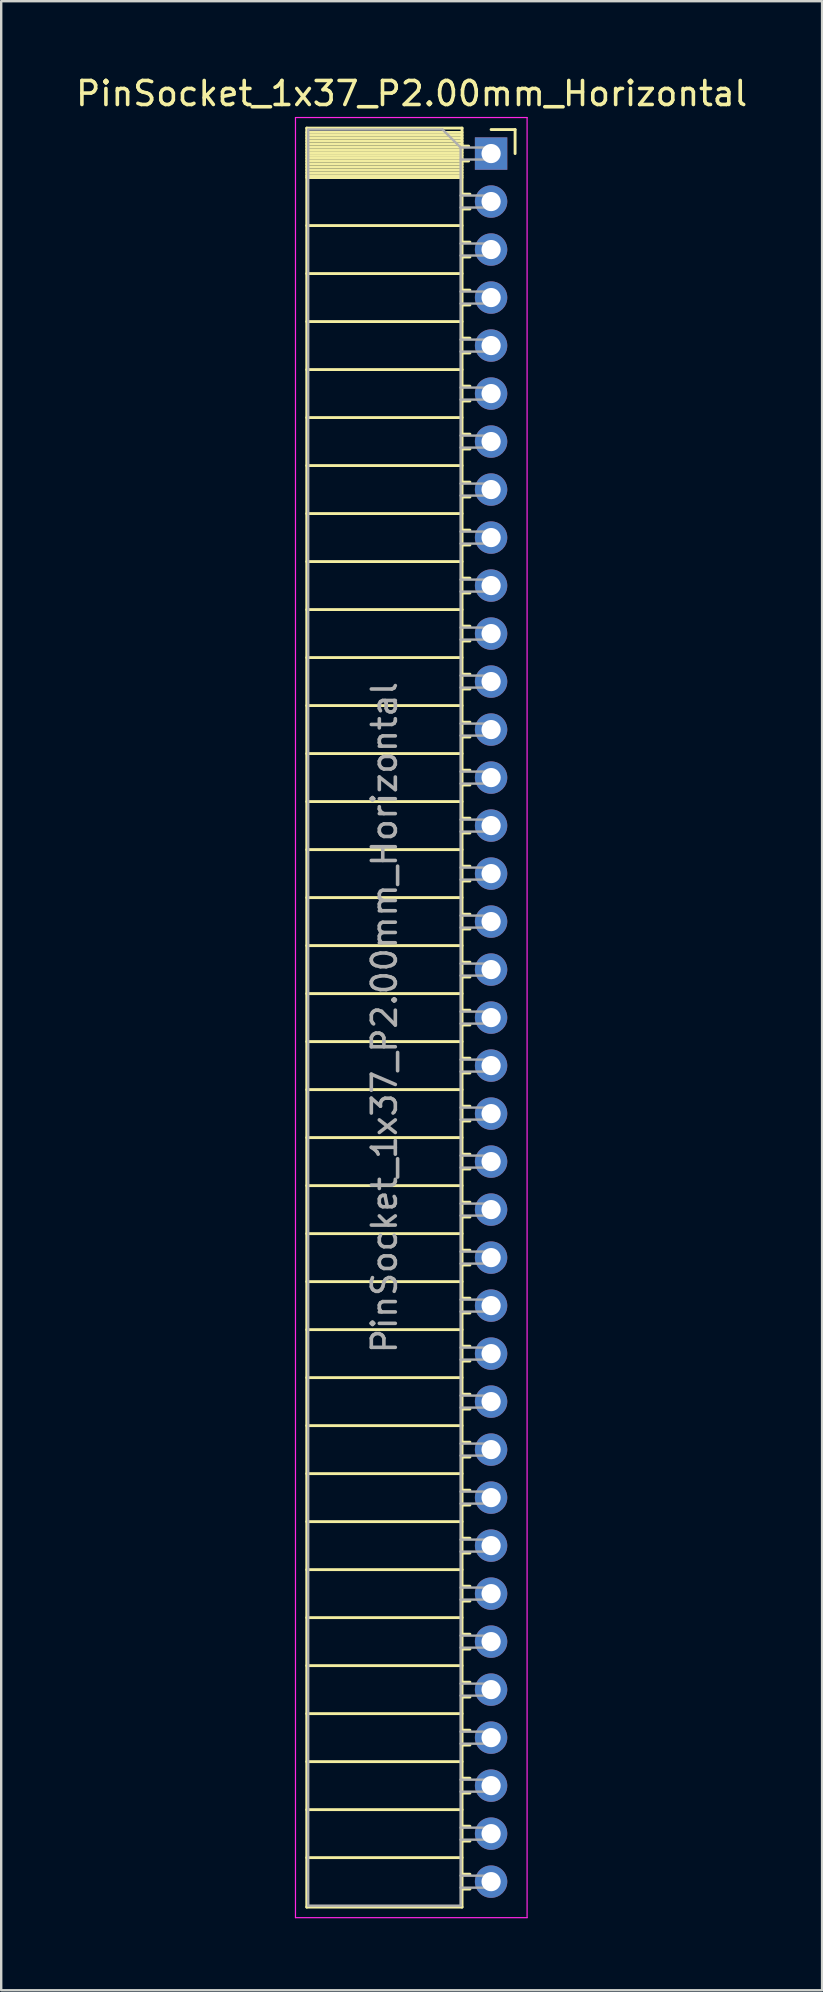
<source format=kicad_pcb>
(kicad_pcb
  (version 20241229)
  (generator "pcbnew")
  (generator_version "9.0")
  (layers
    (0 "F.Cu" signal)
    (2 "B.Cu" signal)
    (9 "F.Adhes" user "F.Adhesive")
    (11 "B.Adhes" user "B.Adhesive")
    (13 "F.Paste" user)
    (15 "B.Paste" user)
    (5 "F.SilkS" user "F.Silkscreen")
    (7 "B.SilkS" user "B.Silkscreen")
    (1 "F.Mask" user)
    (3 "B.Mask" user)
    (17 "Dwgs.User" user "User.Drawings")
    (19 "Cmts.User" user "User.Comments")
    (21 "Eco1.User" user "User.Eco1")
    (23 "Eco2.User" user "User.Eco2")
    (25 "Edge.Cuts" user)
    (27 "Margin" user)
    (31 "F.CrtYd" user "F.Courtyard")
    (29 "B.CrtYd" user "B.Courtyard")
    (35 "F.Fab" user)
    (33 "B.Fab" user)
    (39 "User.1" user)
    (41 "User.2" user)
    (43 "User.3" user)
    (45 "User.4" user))
  (footprint "PinSocket_1x37_P2.00mm_Horizontal"
    (layer "F.Cu")
    (at 17.411 3.348)
    (property "Reference" "PinSocket_1x37_P2.00mm_Horizontal" (at -3.31 -2.5 0) (layer "F.SilkS") (effects (font (size 1 1) (thickness 0.15))))
    (attr through_hole)
    (fp_line (start -7.68 -1.06) (end -7.68 73.06) (stroke (width 0.12) (type solid)) (layer "F.SilkS"))
    (fp_line (start -7.68 -1.06) (end -1.21 -1.06) (stroke (width 0.12) (type solid)) (layer "F.SilkS"))
    (fp_line (start -7.68 -0.88) (end -1.21 -0.88) (stroke (width 0.12) (type solid)) (layer "F.SilkS"))
    (fp_line (start -7.68 -0.76) (end -1.21 -0.76) (stroke (width 0.12) (type solid)) (layer "F.SilkS"))
    (fp_line (start -7.68 -0.64) (end -1.21 -0.64) (stroke (width 0.12) (type solid)) (layer "F.SilkS"))
    (fp_line (start -7.68 -0.52) (end -1.21 -0.52) (stroke (width 0.12) (type solid)) (layer "F.SilkS"))
    (fp_line (start -7.68 -0.4) (end -1.21 -0.4) (stroke (width 0.12) (type solid)) (layer "F.SilkS"))
    (fp_line (start -7.68 -0.28) (end -1.21 -0.28) (stroke (width 0.12) (type solid)) (layer "F.SilkS"))
    (fp_line (start -7.68 -0.16) (end -1.21 -0.16) (stroke (width 0.12) (type solid)) (layer "F.SilkS"))
    (fp_line (start -7.68 -0.04) (end -1.21 -0.04) (stroke (width 0.12) (type solid)) (layer "F.SilkS"))
    (fp_line (start -7.68 0.08) (end -1.21 0.08) (stroke (width 0.12) (type solid)) (layer "F.SilkS"))
    (fp_line (start -7.68 0.2) (end -1.21 0.2) (stroke (width 0.12) (type solid)) (layer "F.SilkS"))
    (fp_line (start -7.68 0.32) (end -1.21 0.32) (stroke (width 0.12) (type solid)) (layer "F.SilkS"))
    (fp_line (start -7.68 0.44) (end -1.21 0.44) (stroke (width 0.12) (type solid)) (layer "F.SilkS"))
    (fp_line (start -7.68 0.56) (end -1.21 0.56) (stroke (width 0.12) (type solid)) (layer "F.SilkS"))
    (fp_line (start -7.68 0.68) (end -1.21 0.68) (stroke (width 0.12) (type solid)) (layer "F.SilkS"))
    (fp_line (start -7.68 0.8) (end -1.21 0.8) (stroke (width 0.12) (type solid)) (layer "F.SilkS"))
    (fp_line (start -7.68 0.92) (end -1.21 0.92) (stroke (width 0.12) (type solid)) (layer "F.SilkS"))
    (fp_line (start -7.68 1) (end -1.21 1) (stroke (width 0.12) (type solid)) (layer "F.SilkS"))
    (fp_line (start -7.68 3) (end -1.21 3) (stroke (width 0.12) (type solid)) (layer "F.SilkS"))
    (fp_line (start -7.68 5) (end -1.21 5) (stroke (width 0.12) (type solid)) (layer "F.SilkS"))
    (fp_line (start -7.68 7) (end -1.21 7) (stroke (width 0.12) (type solid)) (layer "F.SilkS"))
    (fp_line (start -7.68 9) (end -1.21 9) (stroke (width 0.12) (type solid)) (layer "F.SilkS"))
    (fp_line (start -7.68 11) (end -1.21 11) (stroke (width 0.12) (type solid)) (layer "F.SilkS"))
    (fp_line (start -7.68 13) (end -1.21 13) (stroke (width 0.12) (type solid)) (layer "F.SilkS"))
    (fp_line (start -7.68 15) (end -1.21 15) (stroke (width 0.12) (type solid)) (layer "F.SilkS"))
    (fp_line (start -7.68 17) (end -1.21 17) (stroke (width 0.12) (type solid)) (layer "F.SilkS"))
    (fp_line (start -7.68 19) (end -1.21 19) (stroke (width 0.12) (type solid)) (layer "F.SilkS"))
    (fp_line (start -7.68 21) (end -1.21 21) (stroke (width 0.12) (type solid)) (layer "F.SilkS"))
    (fp_line (start -7.68 23) (end -1.21 23) (stroke (width 0.12) (type solid)) (layer "F.SilkS"))
    (fp_line (start -7.68 25) (end -1.21 25) (stroke (width 0.12) (type solid)) (layer "F.SilkS"))
    (fp_line (start -7.68 27) (end -1.21 27) (stroke (width 0.12) (type solid)) (layer "F.SilkS"))
    (fp_line (start -7.68 29) (end -1.21 29) (stroke (width 0.12) (type solid)) (layer "F.SilkS"))
    (fp_line (start -7.68 31) (end -1.21 31) (stroke (width 0.12) (type solid)) (layer "F.SilkS"))
    (fp_line (start -7.68 33) (end -1.21 33) (stroke (width 0.12) (type solid)) (layer "F.SilkS"))
    (fp_line (start -7.68 35) (end -1.21 35) (stroke (width 0.12) (type solid)) (layer "F.SilkS"))
    (fp_line (start -7.68 37) (end -1.21 37) (stroke (width 0.12) (type solid)) (layer "F.SilkS"))
    (fp_line (start -7.68 39) (end -1.21 39) (stroke (width 0.12) (type solid)) (layer "F.SilkS"))
    (fp_line (start -7.68 41) (end -1.21 41) (stroke (width 0.12) (type solid)) (layer "F.SilkS"))
    (fp_line (start -7.68 43) (end -1.21 43) (stroke (width 0.12) (type solid)) (layer "F.SilkS"))
    (fp_line (start -7.68 45) (end -1.21 45) (stroke (width 0.12) (type solid)) (layer "F.SilkS"))
    (fp_line (start -7.68 47) (end -1.21 47) (stroke (width 0.12) (type solid)) (layer "F.SilkS"))
    (fp_line (start -7.68 49) (end -1.21 49) (stroke (width 0.12) (type solid)) (layer "F.SilkS"))
    (fp_line (start -7.68 51) (end -1.21 51) (stroke (width 0.12) (type solid)) (layer "F.SilkS"))
    (fp_line (start -7.68 53) (end -1.21 53) (stroke (width 0.12) (type solid)) (layer "F.SilkS"))
    (fp_line (start -7.68 55) (end -1.21 55) (stroke (width 0.12) (type solid)) (layer "F.SilkS"))
    (fp_line (start -7.68 57) (end -1.21 57) (stroke (width 0.12) (type solid)) (layer "F.SilkS"))
    (fp_line (start -7.68 59) (end -1.21 59) (stroke (width 0.12) (type solid)) (layer "F.SilkS"))
    (fp_line (start -7.68 61) (end -1.21 61) (stroke (width 0.12) (type solid)) (layer "F.SilkS"))
    (fp_line (start -7.68 63) (end -1.21 63) (stroke (width 0.12) (type solid)) (layer "F.SilkS"))
    (fp_line (start -7.68 65) (end -1.21 65) (stroke (width 0.12) (type solid)) (layer "F.SilkS"))
    (fp_line (start -7.68 67) (end -1.21 67) (stroke (width 0.12) (type solid)) (layer "F.SilkS"))
    (fp_line (start -7.68 69) (end -1.21 69) (stroke (width 0.12) (type solid)) (layer "F.SilkS"))
    (fp_line (start -7.68 71) (end -1.21 71) (stroke (width 0.12) (type solid)) (layer "F.SilkS"))
    (fp_line (start -7.68 73.06) (end -1.21 73.06) (stroke (width 0.12) (type solid)) (layer "F.SilkS"))
    (fp_line (start -1.21 -1.06) (end -1.21 73.06) (stroke (width 0.12) (type solid)) (layer "F.SilkS"))
    (fp_line (start -1.21 -0.31) (end -0.935 -0.31) (stroke (width 0.12) (type solid)) (layer "F.SilkS"))
    (fp_line (start -1.21 0.31) (end -0.935 0.31) (stroke (width 0.12) (type solid)) (layer "F.SilkS"))
    (fp_line (start -1.21 1.69) (end -0.882 1.69) (stroke (width 0.12) (type solid)) (layer "F.SilkS"))
    (fp_line (start -1.21 2.31) (end -0.882 2.31) (stroke (width 0.12) (type solid)) (layer "F.SilkS"))
    (fp_line (start -1.21 3.69) (end -0.882 3.69) (stroke (width 0.12) (type solid)) (layer "F.SilkS"))
    (fp_line (start -1.21 4.31) (end -0.882 4.31) (stroke (width 0.12) (type solid)) (layer "F.SilkS"))
    (fp_line (start -1.21 5.69) (end -0.882 5.69) (stroke (width 0.12) (type solid)) (layer "F.SilkS"))
    (fp_line (start -1.21 6.31) (end -0.882 6.31) (stroke (width 0.12) (type solid)) (layer "F.SilkS"))
    (fp_line (start -1.21 7.69) (end -0.882 7.69) (stroke (width 0.12) (type solid)) (layer "F.SilkS"))
    (fp_line (start -1.21 8.31) (end -0.882 8.31) (stroke (width 0.12) (type solid)) (layer "F.SilkS"))
    (fp_line (start -1.21 9.69) (end -0.882 9.69) (stroke (width 0.12) (type solid)) (layer "F.SilkS"))
    (fp_line (start -1.21 10.31) (end -0.882 10.31) (stroke (width 0.12) (type solid)) (layer "F.SilkS"))
    (fp_line (start -1.21 11.69) (end -0.882 11.69) (stroke (width 0.12) (type solid)) (layer "F.SilkS"))
    (fp_line (start -1.21 12.31) (end -0.882 12.31) (stroke (width 0.12) (type solid)) (layer "F.SilkS"))
    (fp_line (start -1.21 13.69) (end -0.882 13.69) (stroke (width 0.12) (type solid)) (layer "F.SilkS"))
    (fp_line (start -1.21 14.31) (end -0.882 14.31) (stroke (width 0.12) (type solid)) (layer "F.SilkS"))
    (fp_line (start -1.21 15.69) (end -0.882 15.69) (stroke (width 0.12) (type solid)) (layer "F.SilkS"))
    (fp_line (start -1.21 16.31) (end -0.882 16.31) (stroke (width 0.12) (type solid)) (layer "F.SilkS"))
    (fp_line (start -1.21 17.69) (end -0.882 17.69) (stroke (width 0.12) (type solid)) (layer "F.SilkS"))
    (fp_line (start -1.21 18.31) (end -0.882 18.31) (stroke (width 0.12) (type solid)) (layer "F.SilkS"))
    (fp_line (start -1.21 19.69) (end -0.882 19.69) (stroke (width 0.12) (type solid)) (layer "F.SilkS"))
    (fp_line (start -1.21 20.31) (end -0.882 20.31) (stroke (width 0.12) (type solid)) (layer "F.SilkS"))
    (fp_line (start -1.21 21.69) (end -0.882 21.69) (stroke (width 0.12) (type solid)) (layer "F.SilkS"))
    (fp_line (start -1.21 22.31) (end -0.882 22.31) (stroke (width 0.12) (type solid)) (layer "F.SilkS"))
    (fp_line (start -1.21 23.69) (end -0.882 23.69) (stroke (width 0.12) (type solid)) (layer "F.SilkS"))
    (fp_line (start -1.21 24.31) (end -0.882 24.31) (stroke (width 0.12) (type solid)) (layer "F.SilkS"))
    (fp_line (start -1.21 25.69) (end -0.882 25.69) (stroke (width 0.12) (type solid)) (layer "F.SilkS"))
    (fp_line (start -1.21 26.31) (end -0.882 26.31) (stroke (width 0.12) (type solid)) (layer "F.SilkS"))
    (fp_line (start -1.21 27.69) (end -0.882 27.69) (stroke (width 0.12) (type solid)) (layer "F.SilkS"))
    (fp_line (start -1.21 28.31) (end -0.882 28.31) (stroke (width 0.12) (type solid)) (layer "F.SilkS"))
    (fp_line (start -1.21 29.69) (end -0.882 29.69) (stroke (width 0.12) (type solid)) (layer "F.SilkS"))
    (fp_line (start -1.21 30.31) (end -0.882 30.31) (stroke (width 0.12) (type solid)) (layer "F.SilkS"))
    (fp_line (start -1.21 31.69) (end -0.882 31.69) (stroke (width 0.12) (type solid)) (layer "F.SilkS"))
    (fp_line (start -1.21 32.31) (end -0.882 32.31) (stroke (width 0.12) (type solid)) (layer "F.SilkS"))
    (fp_line (start -1.21 33.69) (end -0.882 33.69) (stroke (width 0.12) (type solid)) (layer "F.SilkS"))
    (fp_line (start -1.21 34.31) (end -0.882 34.31) (stroke (width 0.12) (type solid)) (layer "F.SilkS"))
    (fp_line (start -1.21 35.69) (end -0.882 35.69) (stroke (width 0.12) (type solid)) (layer "F.SilkS"))
    (fp_line (start -1.21 36.31) (end -0.882 36.31) (stroke (width 0.12) (type solid)) (layer "F.SilkS"))
    (fp_line (start -1.21 37.69) (end -0.882 37.69) (stroke (width 0.12) (type solid)) (layer "F.SilkS"))
    (fp_line (start -1.21 38.31) (end -0.882 38.31) (stroke (width 0.12) (type solid)) (layer "F.SilkS"))
    (fp_line (start -1.21 39.69) (end -0.882 39.69) (stroke (width 0.12) (type solid)) (layer "F.SilkS"))
    (fp_line (start -1.21 40.31) (end -0.882 40.31) (stroke (width 0.12) (type solid)) (layer "F.SilkS"))
    (fp_line (start -1.21 41.69) (end -0.882 41.69) (stroke (width 0.12) (type solid)) (layer "F.SilkS"))
    (fp_line (start -1.21 42.31) (end -0.882 42.31) (stroke (width 0.12) (type solid)) (layer "F.SilkS"))
    (fp_line (start -1.21 43.69) (end -0.882 43.69) (stroke (width 0.12) (type solid)) (layer "F.SilkS"))
    (fp_line (start -1.21 44.31) (end -0.882 44.31) (stroke (width 0.12) (type solid)) (layer "F.SilkS"))
    (fp_line (start -1.21 45.69) (end -0.882 45.69) (stroke (width 0.12) (type solid)) (layer "F.SilkS"))
    (fp_line (start -1.21 46.31) (end -0.882 46.31) (stroke (width 0.12) (type solid)) (layer "F.SilkS"))
    (fp_line (start -1.21 47.69) (end -0.882 47.69) (stroke (width 0.12) (type solid)) (layer "F.SilkS"))
    (fp_line (start -1.21 48.31) (end -0.882 48.31) (stroke (width 0.12) (type solid)) (layer "F.SilkS"))
    (fp_line (start -1.21 49.69) (end -0.882 49.69) (stroke (width 0.12) (type solid)) (layer "F.SilkS"))
    (fp_line (start -1.21 50.31) (end -0.882 50.31) (stroke (width 0.12) (type solid)) (layer "F.SilkS"))
    (fp_line (start -1.21 51.69) (end -0.882 51.69) (stroke (width 0.12) (type solid)) (layer "F.SilkS"))
    (fp_line (start -1.21 52.31) (end -0.882 52.31) (stroke (width 0.12) (type solid)) (layer "F.SilkS"))
    (fp_line (start -1.21 53.69) (end -0.882 53.69) (stroke (width 0.12) (type solid)) (layer "F.SilkS"))
    (fp_line (start -1.21 54.31) (end -0.882 54.31) (stroke (width 0.12) (type solid)) (layer "F.SilkS"))
    (fp_line (start -1.21 55.69) (end -0.882 55.69) (stroke (width 0.12) (type solid)) (layer "F.SilkS"))
    (fp_line (start -1.21 56.31) (end -0.882 56.31) (stroke (width 0.12) (type solid)) (layer "F.SilkS"))
    (fp_line (start -1.21 57.69) (end -0.882 57.69) (stroke (width 0.12) (type solid)) (layer "F.SilkS"))
    (fp_line (start -1.21 58.31) (end -0.882 58.31) (stroke (width 0.12) (type solid)) (layer "F.SilkS"))
    (fp_line (start -1.21 59.69) (end -0.882 59.69) (stroke (width 0.12) (type solid)) (layer "F.SilkS"))
    (fp_line (start -1.21 60.31) (end -0.882 60.31) (stroke (width 0.12) (type solid)) (layer "F.SilkS"))
    (fp_line (start -1.21 61.69) (end -0.882 61.69) (stroke (width 0.12) (type solid)) (layer "F.SilkS"))
    (fp_line (start -1.21 62.31) (end -0.882 62.31) (stroke (width 0.12) (type solid)) (layer "F.SilkS"))
    (fp_line (start -1.21 63.69) (end -0.882 63.69) (stroke (width 0.12) (type solid)) (layer "F.SilkS"))
    (fp_line (start -1.21 64.31) (end -0.882 64.31) (stroke (width 0.12) (type solid)) (layer "F.SilkS"))
    (fp_line (start -1.21 65.69) (end -0.882 65.69) (stroke (width 0.12) (type solid)) (layer "F.SilkS"))
    (fp_line (start -1.21 66.31) (end -0.882 66.31) (stroke (width 0.12) (type solid)) (layer "F.SilkS"))
    (fp_line (start -1.21 67.69) (end -0.882 67.69) (stroke (width 0.12) (type solid)) (layer "F.SilkS"))
    (fp_line (start -1.21 68.31) (end -0.882 68.31) (stroke (width 0.12) (type solid)) (layer "F.SilkS"))
    (fp_line (start -1.21 69.69) (end -0.882 69.69) (stroke (width 0.12) (type solid)) (layer "F.SilkS"))
    (fp_line (start -1.21 70.31) (end -0.882 70.31) (stroke (width 0.12) (type solid)) (layer "F.SilkS"))
    (fp_line (start -1.21 71.69) (end -0.882 71.69) (stroke (width 0.12) (type solid)) (layer "F.SilkS"))
    (fp_line (start -1.21 72.31) (end -0.882 72.31) (stroke (width 0.12) (type solid)) (layer "F.SilkS"))
    (fp_line (start 0 -1) (end 1 -1) (stroke (width 0.12) (type solid)) (layer "F.SilkS"))
    (fp_line (start 1 -1) (end 1 0) (stroke (width 0.12) (type solid)) (layer "F.SilkS"))
    (fp_line (start -8.15 -1.5) (end -8.15 73.5) (stroke (width 0.05) (type solid)) (layer "F.CrtYd"))
    (fp_line (start -8.15 73.5) (end 1.5 73.5) (stroke (width 0.05) (type solid)) (layer "F.CrtYd"))
    (fp_line (start 1.5 -1.5) (end -8.15 -1.5) (stroke (width 0.05) (type solid)) (layer "F.CrtYd"))
    (fp_line (start 1.5 73.5) (end 1.5 -1.5) (stroke (width 0.05) (type solid)) (layer "F.CrtYd"))
    (fp_line (start -7.62 -1) (end -2.02 -1) (stroke (width 0.1) (type solid)) (layer "F.Fab"))
    (fp_line (start -7.62 73) (end -7.62 -1) (stroke (width 0.1) (type solid)) (layer "F.Fab"))
    (fp_line (start -2.02 -1) (end -1.27 -0.25) (stroke (width 0.1) (type solid)) (layer "F.Fab"))
    (fp_line (start -1.27 -0.25) (end -1.27 73) (stroke (width 0.1) (type solid)) (layer "F.Fab"))
    (fp_line (start -1.27 0.25) (end 0 0.25) (stroke (width 0.1) (type solid)) (layer "F.Fab"))
    (fp_line (start -1.27 2.25) (end 0 2.25) (stroke (width 0.1) (type solid)) (layer "F.Fab"))
    (fp_line (start -1.27 4.25) (end 0 4.25) (stroke (width 0.1) (type solid)) (layer "F.Fab"))
    (fp_line (start -1.27 6.25) (end 0 6.25) (stroke (width 0.1) (type solid)) (layer "F.Fab"))
    (fp_line (start -1.27 8.25) (end 0 8.25) (stroke (width 0.1) (type solid)) (layer "F.Fab"))
    (fp_line (start -1.27 10.25) (end 0 10.25) (stroke (width 0.1) (type solid)) (layer "F.Fab"))
    (fp_line (start -1.27 12.25) (end 0 12.25) (stroke (width 0.1) (type solid)) (layer "F.Fab"))
    (fp_line (start -1.27 14.25) (end 0 14.25) (stroke (width 0.1) (type solid)) (layer "F.Fab"))
    (fp_line (start -1.27 16.25) (end 0 16.25) (stroke (width 0.1) (type solid)) (layer "F.Fab"))
    (fp_line (start -1.27 18.25) (end 0 18.25) (stroke (width 0.1) (type solid)) (layer "F.Fab"))
    (fp_line (start -1.27 20.25) (end 0 20.25) (stroke (width 0.1) (type solid)) (layer "F.Fab"))
    (fp_line (start -1.27 22.25) (end 0 22.25) (stroke (width 0.1) (type solid)) (layer "F.Fab"))
    (fp_line (start -1.27 24.25) (end 0 24.25) (stroke (width 0.1) (type solid)) (layer "F.Fab"))
    (fp_line (start -1.27 26.25) (end 0 26.25) (stroke (width 0.1) (type solid)) (layer "F.Fab"))
    (fp_line (start -1.27 28.25) (end 0 28.25) (stroke (width 0.1) (type solid)) (layer "F.Fab"))
    (fp_line (start -1.27 30.25) (end 0 30.25) (stroke (width 0.1) (type solid)) (layer "F.Fab"))
    (fp_line (start -1.27 32.25) (end 0 32.25) (stroke (width 0.1) (type solid)) (layer "F.Fab"))
    (fp_line (start -1.27 34.25) (end 0 34.25) (stroke (width 0.1) (type solid)) (layer "F.Fab"))
    (fp_line (start -1.27 36.25) (end 0 36.25) (stroke (width 0.1) (type solid)) (layer "F.Fab"))
    (fp_line (start -1.27 38.25) (end 0 38.25) (stroke (width 0.1) (type solid)) (layer "F.Fab"))
    (fp_line (start -1.27 40.25) (end 0 40.25) (stroke (width 0.1) (type solid)) (layer "F.Fab"))
    (fp_line (start -1.27 42.25) (end 0 42.25) (stroke (width 0.1) (type solid)) (layer "F.Fab"))
    (fp_line (start -1.27 44.25) (end 0 44.25) (stroke (width 0.1) (type solid)) (layer "F.Fab"))
    (fp_line (start -1.27 46.25) (end 0 46.25) (stroke (width 0.1) (type solid)) (layer "F.Fab"))
    (fp_line (start -1.27 48.25) (end 0 48.25) (stroke (width 0.1) (type solid)) (layer "F.Fab"))
    (fp_line (start -1.27 50.25) (end 0 50.25) (stroke (width 0.1) (type solid)) (layer "F.Fab"))
    (fp_line (start -1.27 52.25) (end 0 52.25) (stroke (width 0.1) (type solid)) (layer "F.Fab"))
    (fp_line (start -1.27 54.25) (end 0 54.25) (stroke (width 0.1) (type solid)) (layer "F.Fab"))
    (fp_line (start -1.27 56.25) (end 0 56.25) (stroke (width 0.1) (type solid)) (layer "F.Fab"))
    (fp_line (start -1.27 58.25) (end 0 58.25) (stroke (width 0.1) (type solid)) (layer "F.Fab"))
    (fp_line (start -1.27 60.25) (end 0 60.25) (stroke (width 0.1) (type solid)) (layer "F.Fab"))
    (fp_line (start -1.27 62.25) (end 0 62.25) (stroke (width 0.1) (type solid)) (layer "F.Fab"))
    (fp_line (start -1.27 64.25) (end 0 64.25) (stroke (width 0.1) (type solid)) (layer "F.Fab"))
    (fp_line (start -1.27 66.25) (end 0 66.25) (stroke (width 0.1) (type solid)) (layer "F.Fab"))
    (fp_line (start -1.27 68.25) (end 0 68.25) (stroke (width 0.1) (type solid)) (layer "F.Fab"))
    (fp_line (start -1.27 70.25) (end 0 70.25) (stroke (width 0.1) (type solid)) (layer "F.Fab"))
    (fp_line (start -1.27 72.25) (end 0 72.25) (stroke (width 0.1) (type solid)) (layer "F.Fab"))
    (fp_line (start -1.27 73) (end -7.62 73) (stroke (width 0.1) (type solid)) (layer "F.Fab"))
    (fp_line (start 0 -0.25) (end -1.27 -0.25) (stroke (width 0.1) (type solid)) (layer "F.Fab"))
    (fp_line (start 0 0.25) (end 0 -0.25) (stroke (width 0.1) (type solid)) (layer "F.Fab"))
    (fp_line (start 0 1.75) (end -1.27 1.75) (stroke (width 0.1) (type solid)) (layer "F.Fab"))
    (fp_line (start 0 2.25) (end 0 1.75) (stroke (width 0.1) (type solid)) (layer "F.Fab"))
    (fp_line (start 0 3.75) (end -1.27 3.75) (stroke (width 0.1) (type solid)) (layer "F.Fab"))
    (fp_line (start 0 4.25) (end 0 3.75) (stroke (width 0.1) (type solid)) (layer "F.Fab"))
    (fp_line (start 0 5.75) (end -1.27 5.75) (stroke (width 0.1) (type solid)) (layer "F.Fab"))
    (fp_line (start 0 6.25) (end 0 5.75) (stroke (width 0.1) (type solid)) (layer "F.Fab"))
    (fp_line (start 0 7.75) (end -1.27 7.75) (stroke (width 0.1) (type solid)) (layer "F.Fab"))
    (fp_line (start 0 8.25) (end 0 7.75) (stroke (width 0.1) (type solid)) (layer "F.Fab"))
    (fp_line (start 0 9.75) (end -1.27 9.75) (stroke (width 0.1) (type solid)) (layer "F.Fab"))
    (fp_line (start 0 10.25) (end 0 9.75) (stroke (width 0.1) (type solid)) (layer "F.Fab"))
    (fp_line (start 0 11.75) (end -1.27 11.75) (stroke (width 0.1) (type solid)) (layer "F.Fab"))
    (fp_line (start 0 12.25) (end 0 11.75) (stroke (width 0.1) (type solid)) (layer "F.Fab"))
    (fp_line (start 0 13.75) (end -1.27 13.75) (stroke (width 0.1) (type solid)) (layer "F.Fab"))
    (fp_line (start 0 14.25) (end 0 13.75) (stroke (width 0.1) (type solid)) (layer "F.Fab"))
    (fp_line (start 0 15.75) (end -1.27 15.75) (stroke (width 0.1) (type solid)) (layer "F.Fab"))
    (fp_line (start 0 16.25) (end 0 15.75) (stroke (width 0.1) (type solid)) (layer "F.Fab"))
    (fp_line (start 0 17.75) (end -1.27 17.75) (stroke (width 0.1) (type solid)) (layer "F.Fab"))
    (fp_line (start 0 18.25) (end 0 17.75) (stroke (width 0.1) (type solid)) (layer "F.Fab"))
    (fp_line (start 0 19.75) (end -1.27 19.75) (stroke (width 0.1) (type solid)) (layer "F.Fab"))
    (fp_line (start 0 20.25) (end 0 19.75) (stroke (width 0.1) (type solid)) (layer "F.Fab"))
    (fp_line (start 0 21.75) (end -1.27 21.75) (stroke (width 0.1) (type solid)) (layer "F.Fab"))
    (fp_line (start 0 22.25) (end 0 21.75) (stroke (width 0.1) (type solid)) (layer "F.Fab"))
    (fp_line (start 0 23.75) (end -1.27 23.75) (stroke (width 0.1) (type solid)) (layer "F.Fab"))
    (fp_line (start 0 24.25) (end 0 23.75) (stroke (width 0.1) (type solid)) (layer "F.Fab"))
    (fp_line (start 0 25.75) (end -1.27 25.75) (stroke (width 0.1) (type solid)) (layer "F.Fab"))
    (fp_line (start 0 26.25) (end 0 25.75) (stroke (width 0.1) (type solid)) (layer "F.Fab"))
    (fp_line (start 0 27.75) (end -1.27 27.75) (stroke (width 0.1) (type solid)) (layer "F.Fab"))
    (fp_line (start 0 28.25) (end 0 27.75) (stroke (width 0.1) (type solid)) (layer "F.Fab"))
    (fp_line (start 0 29.75) (end -1.27 29.75) (stroke (width 0.1) (type solid)) (layer "F.Fab"))
    (fp_line (start 0 30.25) (end 0 29.75) (stroke (width 0.1) (type solid)) (layer "F.Fab"))
    (fp_line (start 0 31.75) (end -1.27 31.75) (stroke (width 0.1) (type solid)) (layer "F.Fab"))
    (fp_line (start 0 32.25) (end 0 31.75) (stroke (width 0.1) (type solid)) (layer "F.Fab"))
    (fp_line (start 0 33.75) (end -1.27 33.75) (stroke (width 0.1) (type solid)) (layer "F.Fab"))
    (fp_line (start 0 34.25) (end 0 33.75) (stroke (width 0.1) (type solid)) (layer "F.Fab"))
    (fp_line (start 0 35.75) (end -1.27 35.75) (stroke (width 0.1) (type solid)) (layer "F.Fab"))
    (fp_line (start 0 36.25) (end 0 35.75) (stroke (width 0.1) (type solid)) (layer "F.Fab"))
    (fp_line (start 0 37.75) (end -1.27 37.75) (stroke (width 0.1) (type solid)) (layer "F.Fab"))
    (fp_line (start 0 38.25) (end 0 37.75) (stroke (width 0.1) (type solid)) (layer "F.Fab"))
    (fp_line (start 0 39.75) (end -1.27 39.75) (stroke (width 0.1) (type solid)) (layer "F.Fab"))
    (fp_line (start 0 40.25) (end 0 39.75) (stroke (width 0.1) (type solid)) (layer "F.Fab"))
    (fp_line (start 0 41.75) (end -1.27 41.75) (stroke (width 0.1) (type solid)) (layer "F.Fab"))
    (fp_line (start 0 42.25) (end 0 41.75) (stroke (width 0.1) (type solid)) (layer "F.Fab"))
    (fp_line (start 0 43.75) (end -1.27 43.75) (stroke (width 0.1) (type solid)) (layer "F.Fab"))
    (fp_line (start 0 44.25) (end 0 43.75) (stroke (width 0.1) (type solid)) (layer "F.Fab"))
    (fp_line (start 0 45.75) (end -1.27 45.75) (stroke (width 0.1) (type solid)) (layer "F.Fab"))
    (fp_line (start 0 46.25) (end 0 45.75) (stroke (width 0.1) (type solid)) (layer "F.Fab"))
    (fp_line (start 0 47.75) (end -1.27 47.75) (stroke (width 0.1) (type solid)) (layer "F.Fab"))
    (fp_line (start 0 48.25) (end 0 47.75) (stroke (width 0.1) (type solid)) (layer "F.Fab"))
    (fp_line (start 0 49.75) (end -1.27 49.75) (stroke (width 0.1) (type solid)) (layer "F.Fab"))
    (fp_line (start 0 50.25) (end 0 49.75) (stroke (width 0.1) (type solid)) (layer "F.Fab"))
    (fp_line (start 0 51.75) (end -1.27 51.75) (stroke (width 0.1) (type solid)) (layer "F.Fab"))
    (fp_line (start 0 52.25) (end 0 51.75) (stroke (width 0.1) (type solid)) (layer "F.Fab"))
    (fp_line (start 0 53.75) (end -1.27 53.75) (stroke (width 0.1) (type solid)) (layer "F.Fab"))
    (fp_line (start 0 54.25) (end 0 53.75) (stroke (width 0.1) (type solid)) (layer "F.Fab"))
    (fp_line (start 0 55.75) (end -1.27 55.75) (stroke (width 0.1) (type solid)) (layer "F.Fab"))
    (fp_line (start 0 56.25) (end 0 55.75) (stroke (width 0.1) (type solid)) (layer "F.Fab"))
    (fp_line (start 0 57.75) (end -1.27 57.75) (stroke (width 0.1) (type solid)) (layer "F.Fab"))
    (fp_line (start 0 58.25) (end 0 57.75) (stroke (width 0.1) (type solid)) (layer "F.Fab"))
    (fp_line (start 0 59.75) (end -1.27 59.75) (stroke (width 0.1) (type solid)) (layer "F.Fab"))
    (fp_line (start 0 60.25) (end 0 59.75) (stroke (width 0.1) (type solid)) (layer "F.Fab"))
    (fp_line (start 0 61.75) (end -1.27 61.75) (stroke (width 0.1) (type solid)) (layer "F.Fab"))
    (fp_line (start 0 62.25) (end 0 61.75) (stroke (width 0.1) (type solid)) (layer "F.Fab"))
    (fp_line (start 0 63.75) (end -1.27 63.75) (stroke (width 0.1) (type solid)) (layer "F.Fab"))
    (fp_line (start 0 64.25) (end 0 63.75) (stroke (width 0.1) (type solid)) (layer "F.Fab"))
    (fp_line (start 0 65.75) (end -1.27 65.75) (stroke (width 0.1) (type solid)) (layer "F.Fab"))
    (fp_line (start 0 66.25) (end 0 65.75) (stroke (width 0.1) (type solid)) (layer "F.Fab"))
    (fp_line (start 0 67.75) (end -1.27 67.75) (stroke (width 0.1) (type solid)) (layer "F.Fab"))
    (fp_line (start 0 68.25) (end 0 67.75) (stroke (width 0.1) (type solid)) (layer "F.Fab"))
    (fp_line (start 0 69.75) (end -1.27 69.75) (stroke (width 0.1) (type solid)) (layer "F.Fab"))
    (fp_line (start 0 70.25) (end 0 69.75) (stroke (width 0.1) (type solid)) (layer "F.Fab"))
    (fp_line (start 0 71.75) (end -1.27 71.75) (stroke (width 0.1) (type solid)) (layer "F.Fab"))
    (fp_line (start 0 72.25) (end 0 71.75) (stroke (width 0.1) (type solid)) (layer "F.Fab"))
    (fp_text user "${REFERENCE}" (at -4.445 36 90) (layer "F.Fab") (effects (font (size 1 1) (thickness 0.15))))
    (pad "1" thru_hole rect (at 0 0) (size 1.35 1.35) (drill 0.8) (layers "*.Cu" "*.Mask"))
    (pad "2" thru_hole oval (at 0 2) (size 1.35 1.35) (drill 0.8) (layers "*.Cu" "*.Mask"))
    (pad "3" thru_hole oval (at 0 4) (size 1.35 1.35) (drill 0.8) (layers "*.Cu" "*.Mask"))
    (pad "4" thru_hole oval (at 0 6) (size 1.35 1.35) (drill 0.8) (layers "*.Cu" "*.Mask"))
    (pad "5" thru_hole oval (at 0 8) (size 1.35 1.35) (drill 0.8) (layers "*.Cu" "*.Mask"))
    (pad "6" thru_hole oval (at 0 10) (size 1.35 1.35) (drill 0.8) (layers "*.Cu" "*.Mask"))
    (pad "7" thru_hole oval (at 0 12) (size 1.35 1.35) (drill 0.8) (layers "*.Cu" "*.Mask"))
    (pad "8" thru_hole oval (at 0 14) (size 1.35 1.35) (drill 0.8) (layers "*.Cu" "*.Mask"))
    (pad "9" thru_hole oval (at 0 16) (size 1.35 1.35) (drill 0.8) (layers "*.Cu" "*.Mask"))
    (pad "10" thru_hole oval (at 0 18) (size 1.35 1.35) (drill 0.8) (layers "*.Cu" "*.Mask"))
    (pad "11" thru_hole oval (at 0 20) (size 1.35 1.35) (drill 0.8) (layers "*.Cu" "*.Mask"))
    (pad "12" thru_hole oval (at 0 22) (size 1.35 1.35) (drill 0.8) (layers "*.Cu" "*.Mask"))
    (pad "13" thru_hole oval (at 0 24) (size 1.35 1.35) (drill 0.8) (layers "*.Cu" "*.Mask"))
    (pad "14" thru_hole oval (at 0 26) (size 1.35 1.35) (drill 0.8) (layers "*.Cu" "*.Mask"))
    (pad "15" thru_hole oval (at 0 28) (size 1.35 1.35) (drill 0.8) (layers "*.Cu" "*.Mask"))
    (pad "16" thru_hole oval (at 0 30) (size 1.35 1.35) (drill 0.8) (layers "*.Cu" "*.Mask"))
    (pad "17" thru_hole oval (at 0 32) (size 1.35 1.35) (drill 0.8) (layers "*.Cu" "*.Mask"))
    (pad "18" thru_hole oval (at 0 34) (size 1.35 1.35) (drill 0.8) (layers "*.Cu" "*.Mask"))
    (pad "19" thru_hole oval (at 0 36) (size 1.35 1.35) (drill 0.8) (layers "*.Cu" "*.Mask"))
    (pad "20" thru_hole oval (at 0 38) (size 1.35 1.35) (drill 0.8) (layers "*.Cu" "*.Mask"))
    (pad "21" thru_hole oval (at 0 40) (size 1.35 1.35) (drill 0.8) (layers "*.Cu" "*.Mask"))
    (pad "22" thru_hole oval (at 0 42) (size 1.35 1.35) (drill 0.8) (layers "*.Cu" "*.Mask"))
    (pad "23" thru_hole oval (at 0 44) (size 1.35 1.35) (drill 0.8) (layers "*.Cu" "*.Mask"))
    (pad "24" thru_hole oval (at 0 46) (size 1.35 1.35) (drill 0.8) (layers "*.Cu" "*.Mask"))
    (pad "25" thru_hole oval (at 0 48) (size 1.35 1.35) (drill 0.8) (layers "*.Cu" "*.Mask"))
    (pad "26" thru_hole oval (at 0 50) (size 1.35 1.35) (drill 0.8) (layers "*.Cu" "*.Mask"))
    (pad "27" thru_hole oval (at 0 52) (size 1.35 1.35) (drill 0.8) (layers "*.Cu" "*.Mask"))
    (pad "28" thru_hole oval (at 0 54) (size 1.35 1.35) (drill 0.8) (layers "*.Cu" "*.Mask"))
    (pad "29" thru_hole oval (at 0 56) (size 1.35 1.35) (drill 0.8) (layers "*.Cu" "*.Mask"))
    (pad "30" thru_hole oval (at 0 58) (size 1.35 1.35) (drill 0.8) (layers "*.Cu" "*.Mask"))
    (pad "31" thru_hole oval (at 0 60) (size 1.35 1.35) (drill 0.8) (layers "*.Cu" "*.Mask"))
    (pad "32" thru_hole oval (at 0 62) (size 1.35 1.35) (drill 0.8) (layers "*.Cu" "*.Mask"))
    (pad "33" thru_hole oval (at 0 64) (size 1.35 1.35) (drill 0.8) (layers "*.Cu" "*.Mask"))
    (pad "34" thru_hole oval (at 0 66) (size 1.35 1.35) (drill 0.8) (layers "*.Cu" "*.Mask"))
    (pad "35" thru_hole oval (at 0 68) (size 1.35 1.35) (drill 0.8) (layers "*.Cu" "*.Mask"))
    (pad "36" thru_hole oval (at 0 70) (size 1.35 1.35) (drill 0.8) (layers "*.Cu" "*.Mask"))
    (pad "37" thru_hole oval (at 0 72) (size 1.35 1.35) (drill 0.8) (layers "*.Cu" "*.Mask")))
  (gr_rect
    (start -3 -3)
    (end 31.202 79.873)
    (stroke (width 0.1) (type default))
    (fill no)
    (layer "Edge.Cuts")))
</source>
